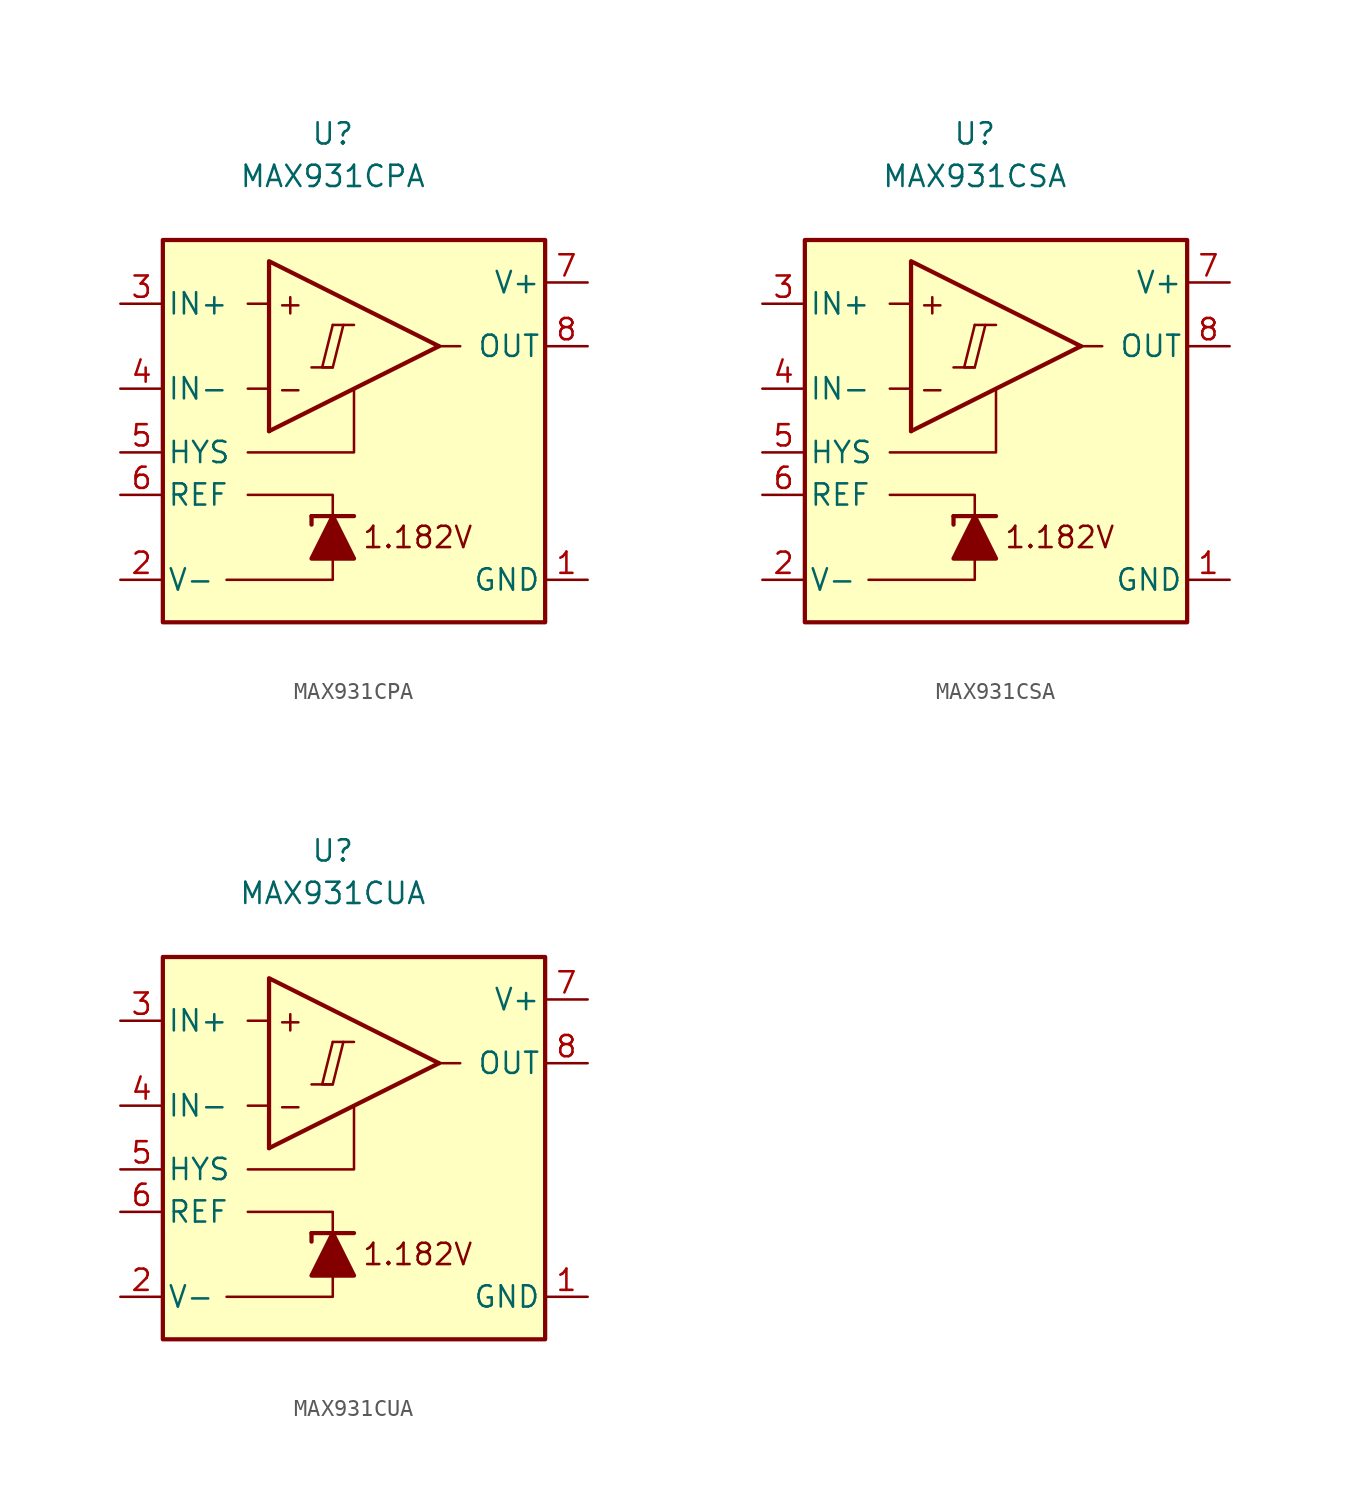
<source format=kicad_sym>
(kicad_symbol_lib
  (version 20231120)
  (generator "kicad_symbol_editor")
  (generator_version "8.0")
  (symbol "MAX931CPA"
    (pin_names
      (offset 0.254))
    (property "Reference" "U"
      (at 0 16.51 0)
      (effects (font (size 1.27 1.27))))
    (property "Value" "MAX931CPA"
      (at 0 13.97 0)
      (effects (font (size 1.27 1.27))))
    (symbol "MAX931CPA_0_0"
      (polyline (pts (xy -1.27 2.54) (xy 0 2.54)) (stroke (width 0.152) (type default)) (fill (type none)))
      (polyline (pts (xy 0 5.08) (xy 1.27 5.08)) (stroke (width 0.152) (type default)) (fill (type none)))
      (polyline (pts (xy 6.35 3.81) (xy -3.81 -1.27)) (stroke (width 0.254) (type default)) (fill (type none)))
      (polyline (pts (xy 6.35 3.81) (xy -3.81 8.89) (xy -3.81 -1.27)) (stroke (width 0.254) (type default)) (fill (type background)))
      (polyline (pts (xy 0 5.08) (xy -0.635 2.54) (xy 0 2.54) (xy 0.635 5.08)) (stroke (width 0.152) (type default)) (fill (type none)))
      (text "+" (at -2.54 6.35 0) (effects (font (size 1.27 1.27))))
      (text "-" (at -2.54 1.27 0) (effects (font (size 1.27 1.27))))
      (text "1.182V" (at 5.08 -7.62 0) (effects (font (size 1.27 1.27)))))
    (symbol "MAX931CPA_0_1"
      (polyline (pts (xy -3.81 1.27) (xy -5.08 1.27)) (stroke (width 0) (type default)) (fill (type none)))
      (polyline (pts (xy -3.81 6.35) (xy -5.08 6.35)) (stroke (width 0) (type default)) (fill (type none)))
      (polyline (pts (xy -1.27 -6.35) (xy -1.27 -6.858)) (stroke (width 0.254) (type default)) (fill (type none)))
      (polyline (pts (xy -1.27 -6.35) (xy 1.27 -6.35)) (stroke (width 0.254) (type default)) (fill (type none)))
      (polyline (pts (xy 6.35 3.81) (xy 7.62 3.81)) (stroke (width 0) (type default)) (fill (type none)))
      (polyline (pts (xy 0 -8.89) (xy 0 -10.16) (xy -6.35 -10.16)) (stroke (width 0) (type default)) (fill (type none)))
      (polyline (pts (xy 0 -6.35) (xy 0 -5.08) (xy -5.08 -5.08)) (stroke (width 0) (type default)) (fill (type none)))
      (polyline (pts (xy 1.27 1.27) (xy 1.27 -2.54) (xy -5.08 -2.54)) (stroke (width 0) (type default)) (fill (type none)))
      (polyline (pts (xy 1.27 -8.89) (xy -1.27 -8.89) (xy 0 -6.35) (xy 1.27 -8.89)) (stroke (width 0.254) (type default)) (fill (type outline)))
      (rectangle (start 12.7 10.16) (end -10.16 -12.7) (stroke (width 0.254) (type default)) (fill (type background))))
    (symbol "MAX931CPA_1_1"
      (pin power_in line (at 15.24 -10.16 180) (length 2.54) (name "GND" (effects (font (size 1.27 1.27)))) (number "1" (effects (font (size 1.27 1.27)))))
      (pin power_in line (at -12.7 -10.16 0) (length 2.54) (name "V-" (effects (font (size 1.27 1.27)))) (number "2" (effects (font (size 1.27 1.27)))))
      (pin input line (at -12.7 6.35 0) (length 2.54) (name "IN+" (effects (font (size 1.27 1.27)))) (number "3" (effects (font (size 1.27 1.27)))))
      (pin input line (at -12.7 1.27 0) (length 2.54) (name "IN-" (effects (font (size 1.27 1.27)))) (number "4" (effects (font (size 1.27 1.27)))))
      (pin input line (at -12.7 -2.54 0) (length 2.54) (name "HYS" (effects (font (size 1.27 1.27)))) (number "5" (effects (font (size 1.27 1.27)))))
      (pin output line (at -12.7 -5.08 0) (length 2.54) (name "REF" (effects (font (size 1.27 1.27)))) (number "6" (effects (font (size 1.27 1.27)))))
      (pin power_in line (at 15.24 7.62 180) (length 2.54) (name "V+" (effects (font (size 1.27 1.27)))) (number "7" (effects (font (size 1.27 1.27)))))
      (pin output line (at 15.24 3.81 180) (length 2.54) (name "OUT" (effects (font (size 1.27 1.27)))) (number "8" (effects (font (size 1.27 1.27)))))))
  (symbol "MAX931CSA"
    (pin_names
      (offset 0.254))
    (property "Reference" "U"
      (at 0 16.51 0)
      (effects (font (size 1.27 1.27))))
    (property "Value" "MAX931CSA"
      (at 0 13.97 0)
      (effects (font (size 1.27 1.27))))
    (symbol "MAX931CSA_0_0"
      (polyline (pts (xy -1.27 2.54) (xy 0 2.54)) (stroke (width 0.152) (type default)) (fill (type none)))
      (polyline (pts (xy 0 5.08) (xy 1.27 5.08)) (stroke (width 0.152) (type default)) (fill (type none)))
      (polyline (pts (xy 6.35 3.81) (xy -3.81 -1.27)) (stroke (width 0.254) (type default)) (fill (type none)))
      (polyline (pts (xy 6.35 3.81) (xy -3.81 8.89) (xy -3.81 -1.27)) (stroke (width 0.254) (type default)) (fill (type background)))
      (polyline (pts (xy 0 5.08) (xy -0.635 2.54) (xy 0 2.54) (xy 0.635 5.08)) (stroke (width 0.152) (type default)) (fill (type none)))
      (text "+" (at -2.54 6.35 0) (effects (font (size 1.27 1.27))))
      (text "-" (at -2.54 1.27 0) (effects (font (size 1.27 1.27))))
      (text "1.182V" (at 5.08 -7.62 0) (effects (font (size 1.27 1.27)))))
    (symbol "MAX931CSA_0_1"
      (polyline (pts (xy -3.81 1.27) (xy -5.08 1.27)) (stroke (width 0) (type default)) (fill (type none)))
      (polyline (pts (xy -3.81 6.35) (xy -5.08 6.35)) (stroke (width 0) (type default)) (fill (type none)))
      (polyline (pts (xy -1.27 -6.35) (xy -1.27 -6.858)) (stroke (width 0.254) (type default)) (fill (type none)))
      (polyline (pts (xy -1.27 -6.35) (xy 1.27 -6.35)) (stroke (width 0.254) (type default)) (fill (type none)))
      (polyline (pts (xy 6.35 3.81) (xy 7.62 3.81)) (stroke (width 0) (type default)) (fill (type none)))
      (polyline (pts (xy 0 -8.89) (xy 0 -10.16) (xy -6.35 -10.16)) (stroke (width 0) (type default)) (fill (type none)))
      (polyline (pts (xy 0 -6.35) (xy 0 -5.08) (xy -5.08 -5.08)) (stroke (width 0) (type default)) (fill (type none)))
      (polyline (pts (xy 1.27 1.27) (xy 1.27 -2.54) (xy -5.08 -2.54)) (stroke (width 0) (type default)) (fill (type none)))
      (polyline (pts (xy 1.27 -8.89) (xy -1.27 -8.89) (xy 0 -6.35) (xy 1.27 -8.89)) (stroke (width 0.254) (type default)) (fill (type outline)))
      (rectangle (start 12.7 10.16) (end -10.16 -12.7) (stroke (width 0.254) (type default)) (fill (type background))))
    (symbol "MAX931CSA_1_1"
      (pin power_in line (at 15.24 -10.16 180) (length 2.54) (name "GND" (effects (font (size 1.27 1.27)))) (number "1" (effects (font (size 1.27 1.27)))))
      (pin power_in line (at -12.7 -10.16 0) (length 2.54) (name "V-" (effects (font (size 1.27 1.27)))) (number "2" (effects (font (size 1.27 1.27)))))
      (pin input line (at -12.7 6.35 0) (length 2.54) (name "IN+" (effects (font (size 1.27 1.27)))) (number "3" (effects (font (size 1.27 1.27)))))
      (pin input line (at -12.7 1.27 0) (length 2.54) (name "IN-" (effects (font (size 1.27 1.27)))) (number "4" (effects (font (size 1.27 1.27)))))
      (pin input line (at -12.7 -2.54 0) (length 2.54) (name "HYS" (effects (font (size 1.27 1.27)))) (number "5" (effects (font (size 1.27 1.27)))))
      (pin output line (at -12.7 -5.08 0) (length 2.54) (name "REF" (effects (font (size 1.27 1.27)))) (number "6" (effects (font (size 1.27 1.27)))))
      (pin power_in line (at 15.24 7.62 180) (length 2.54) (name "V+" (effects (font (size 1.27 1.27)))) (number "7" (effects (font (size 1.27 1.27)))))
      (pin output line (at 15.24 3.81 180) (length 2.54) (name "OUT" (effects (font (size 1.27 1.27)))) (number "8" (effects (font (size 1.27 1.27)))))))
  (symbol "MAX931CUA"
    (pin_names
      (offset 0.254))
    (property "Reference" "U"
      (at 0 16.51 0)
      (effects (font (size 1.27 1.27))))
    (property "Value" "MAX931CUA"
      (at 0 13.97 0)
      (effects (font (size 1.27 1.27))))
    (symbol "MAX931CUA_0_0"
      (polyline (pts (xy -1.27 2.54) (xy 0 2.54)) (stroke (width 0.152) (type default)) (fill (type none)))
      (polyline (pts (xy 0 5.08) (xy 1.27 5.08)) (stroke (width 0.152) (type default)) (fill (type none)))
      (polyline (pts (xy 6.35 3.81) (xy -3.81 -1.27)) (stroke (width 0.254) (type default)) (fill (type none)))
      (polyline (pts (xy 6.35 3.81) (xy -3.81 8.89) (xy -3.81 -1.27)) (stroke (width 0.254) (type default)) (fill (type background)))
      (polyline (pts (xy 0 5.08) (xy -0.635 2.54) (xy 0 2.54) (xy 0.635 5.08)) (stroke (width 0.152) (type default)) (fill (type none)))
      (text "+" (at -2.54 6.35 0) (effects (font (size 1.27 1.27))))
      (text "-" (at -2.54 1.27 0) (effects (font (size 1.27 1.27))))
      (text "1.182V" (at 5.08 -7.62 0) (effects (font (size 1.27 1.27)))))
    (symbol "MAX931CUA_0_1"
      (polyline (pts (xy -3.81 1.27) (xy -5.08 1.27)) (stroke (width 0) (type default)) (fill (type none)))
      (polyline (pts (xy -3.81 6.35) (xy -5.08 6.35)) (stroke (width 0) (type default)) (fill (type none)))
      (polyline (pts (xy -1.27 -6.35) (xy -1.27 -6.858)) (stroke (width 0.254) (type default)) (fill (type none)))
      (polyline (pts (xy -1.27 -6.35) (xy 1.27 -6.35)) (stroke (width 0.254) (type default)) (fill (type none)))
      (polyline (pts (xy 6.35 3.81) (xy 7.62 3.81)) (stroke (width 0) (type default)) (fill (type none)))
      (polyline (pts (xy 0 -8.89) (xy 0 -10.16) (xy -6.35 -10.16)) (stroke (width 0) (type default)) (fill (type none)))
      (polyline (pts (xy 0 -6.35) (xy 0 -5.08) (xy -5.08 -5.08)) (stroke (width 0) (type default)) (fill (type none)))
      (polyline (pts (xy 1.27 1.27) (xy 1.27 -2.54) (xy -5.08 -2.54)) (stroke (width 0) (type default)) (fill (type none)))
      (polyline (pts (xy 1.27 -8.89) (xy -1.27 -8.89) (xy 0 -6.35) (xy 1.27 -8.89)) (stroke (width 0.254) (type default)) (fill (type outline)))
      (rectangle (start 12.7 10.16) (end -10.16 -12.7) (stroke (width 0.254) (type default)) (fill (type background))))
    (symbol "MAX931CUA_1_1"
      (pin power_in line (at 15.24 -10.16 180) (length 2.54) (name "GND" (effects (font (size 1.27 1.27)))) (number "1" (effects (font (size 1.27 1.27)))))
      (pin power_in line (at -12.7 -10.16 0) (length 2.54) (name "V-" (effects (font (size 1.27 1.27)))) (number "2" (effects (font (size 1.27 1.27)))))
      (pin input line (at -12.7 6.35 0) (length 2.54) (name "IN+" (effects (font (size 1.27 1.27)))) (number "3" (effects (font (size 1.27 1.27)))))
      (pin input line (at -12.7 1.27 0) (length 2.54) (name "IN-" (effects (font (size 1.27 1.27)))) (number "4" (effects (font (size 1.27 1.27)))))
      (pin input line (at -12.7 -2.54 0) (length 2.54) (name "HYS" (effects (font (size 1.27 1.27)))) (number "5" (effects (font (size 1.27 1.27)))))
      (pin output line (at -12.7 -5.08 0) (length 2.54) (name "REF" (effects (font (size 1.27 1.27)))) (number "6" (effects (font (size 1.27 1.27)))))
      (pin power_in line (at 15.24 7.62 180) (length 2.54) (name "V+" (effects (font (size 1.27 1.27)))) (number "7" (effects (font (size 1.27 1.27)))))
      (pin output line (at 15.24 3.81 180) (length 2.54) (name "OUT" (effects (font (size 1.27 1.27)))) (number "8" (effects (font (size 1.27 1.27))))))))
</source>
